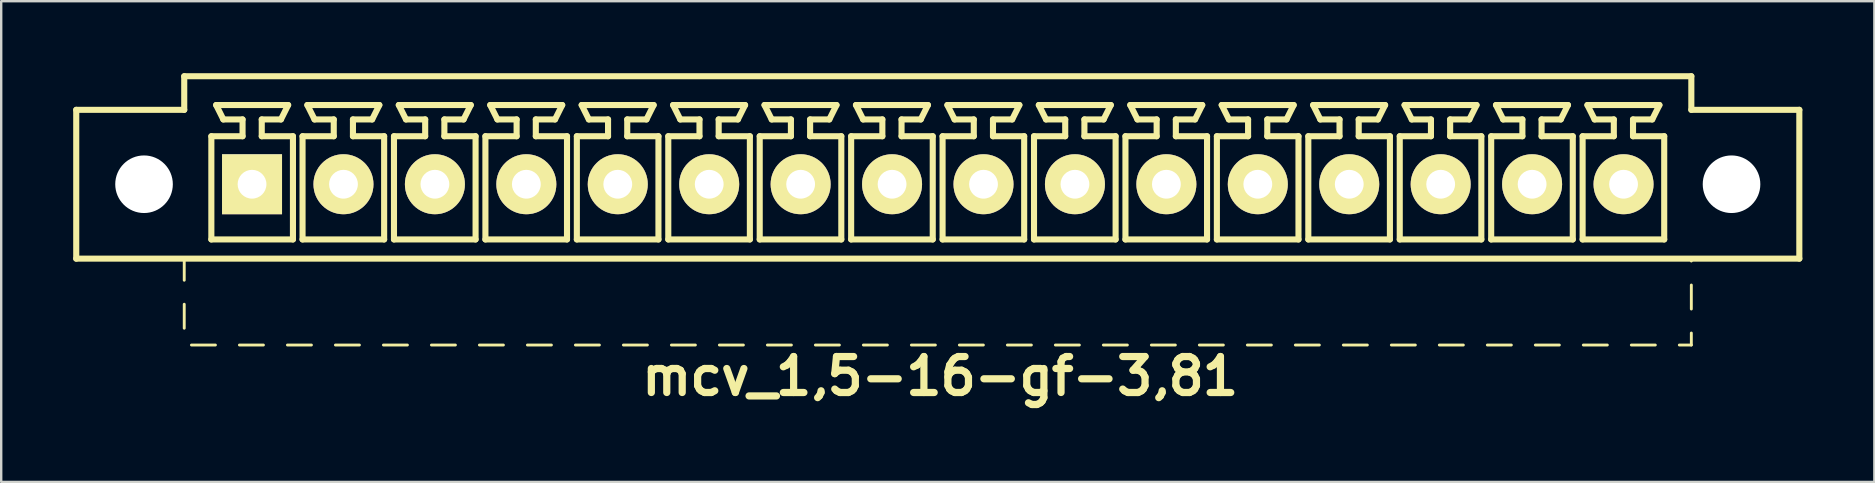
<source format=kicad_pcb>
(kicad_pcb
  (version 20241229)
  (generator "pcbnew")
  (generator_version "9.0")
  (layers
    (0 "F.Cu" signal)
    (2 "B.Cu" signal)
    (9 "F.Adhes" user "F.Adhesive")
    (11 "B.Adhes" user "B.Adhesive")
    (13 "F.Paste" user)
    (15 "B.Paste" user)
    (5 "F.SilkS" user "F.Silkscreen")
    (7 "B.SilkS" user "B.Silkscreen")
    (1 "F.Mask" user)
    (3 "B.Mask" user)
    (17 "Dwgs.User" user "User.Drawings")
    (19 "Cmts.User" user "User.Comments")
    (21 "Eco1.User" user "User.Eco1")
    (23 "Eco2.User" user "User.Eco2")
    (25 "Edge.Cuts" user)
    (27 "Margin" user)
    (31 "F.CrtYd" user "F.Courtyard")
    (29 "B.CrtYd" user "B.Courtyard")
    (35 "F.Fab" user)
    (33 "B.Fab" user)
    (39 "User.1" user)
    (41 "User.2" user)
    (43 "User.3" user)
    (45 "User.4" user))
  (footprint "mcv_1,5-16-gf-3,81"
    (layer "F.Cu")
    (at 36.027 4.627)
    (property "Reference" "mcv_1,5-16-gf-3,81" (at 0.1 8 0) (layer "F.SilkS") (effects (font (size 1.5 1.5) (thickness 0.3))))
    (attr through_hole)
    (fp_line (start -35.9 3.1) (end -35.9 -3.1) (stroke (width 0.254) (type solid)) (layer "F.SilkS"))
    (fp_line (start -35.9 3.1) (end 35.9 3.1) (stroke (width 0.254) (type solid)) (layer "F.SilkS"))
    (fp_line (start -31.4 -4.5) (end -31.4 -3.1) (stroke (width 0.254) (type solid)) (layer "F.SilkS"))
    (fp_line (start -31.4 -4.5) (end 31.4 -4.5) (stroke (width 0.254) (type solid)) (layer "F.SilkS"))
    (fp_line (start -31.4 -3.1) (end -35.9 -3.1) (stroke (width 0.254) (type solid)) (layer "F.SilkS"))
    (fp_line (start -31.4 3.1) (end -31.4 4) (stroke (width 0.12) (type solid)) (layer "F.SilkS"))
    (fp_line (start -31.4 5) (end -31.4 6) (stroke (width 0.12) (type solid)) (layer "F.SilkS"))
    (fp_line (start -31.1 6.7) (end -30.1 6.7) (stroke (width 0.12) (type solid)) (layer "F.SilkS"))
    (fp_line (start -30.27 -2) (end -28.97 -2) (stroke (width 0.254) (type solid)) (layer "F.SilkS"))
    (fp_line (start -30.27 2.3) (end -30.27 -2) (stroke (width 0.254) (type solid)) (layer "F.SilkS"))
    (fp_line (start -30.07 -3.3) (end -27.07 -3.3) (stroke (width 0.254) (type solid)) (layer "F.SilkS"))
    (fp_line (start -29.77 -2.7) (end -30.07 -3.3) (stroke (width 0.254) (type solid)) (layer "F.SilkS"))
    (fp_line (start -29.1 6.7) (end -28.1 6.7) (stroke (width 0.12) (type solid)) (layer "F.SilkS"))
    (fp_line (start -28.97 -2.7) (end -29.77 -2.7) (stroke (width 0.254) (type solid)) (layer "F.SilkS"))
    (fp_line (start -28.97 -2) (end -28.97 -2.7) (stroke (width 0.254) (type solid)) (layer "F.SilkS"))
    (fp_line (start -28.17 -2.7) (end -28.17 -2) (stroke (width 0.254) (type solid)) (layer "F.SilkS"))
    (fp_line (start -28.17 -2) (end -26.87 -2) (stroke (width 0.254) (type solid)) (layer "F.SilkS"))
    (fp_line (start -27.37 -2.7) (end -28.17 -2.7) (stroke (width 0.254) (type solid)) (layer "F.SilkS"))
    (fp_line (start -27.37 -2.7) (end -27.07 -3.3) (stroke (width 0.254) (type solid)) (layer "F.SilkS"))
    (fp_line (start -27.1 6.7) (end -26.1 6.7) (stroke (width 0.12) (type solid)) (layer "F.SilkS"))
    (fp_line (start -26.87 -2) (end -26.87 2.3) (stroke (width 0.254) (type solid)) (layer "F.SilkS"))
    (fp_line (start -26.87 2.3) (end -30.27 2.3) (stroke (width 0.254) (type solid)) (layer "F.SilkS"))
    (fp_line (start -26.47 -2) (end -25.17 -2) (stroke (width 0.254) (type solid)) (layer "F.SilkS"))
    (fp_line (start -26.47 2.3) (end -26.47 -2) (stroke (width 0.254) (type solid)) (layer "F.SilkS"))
    (fp_line (start -26.27 -3.3) (end -23.27 -3.3) (stroke (width 0.254) (type solid)) (layer "F.SilkS"))
    (fp_line (start -25.97 -2.7) (end -26.27 -3.3) (stroke (width 0.254) (type solid)) (layer "F.SilkS"))
    (fp_line (start -25.17 -2.7) (end -25.97 -2.7) (stroke (width 0.254) (type solid)) (layer "F.SilkS"))
    (fp_line (start -25.17 -2) (end -25.17 -2.7) (stroke (width 0.254) (type solid)) (layer "F.SilkS"))
    (fp_line (start -25.1 6.7) (end -24.1 6.7) (stroke (width 0.12) (type solid)) (layer "F.SilkS"))
    (fp_line (start -24.37 -2.7) (end -24.37 -2) (stroke (width 0.254) (type solid)) (layer "F.SilkS"))
    (fp_line (start -24.37 -2) (end -23.07 -2) (stroke (width 0.254) (type solid)) (layer "F.SilkS"))
    (fp_line (start -23.57 -2.7) (end -24.37 -2.7) (stroke (width 0.254) (type solid)) (layer "F.SilkS"))
    (fp_line (start -23.57 -2.7) (end -23.27 -3.3) (stroke (width 0.254) (type solid)) (layer "F.SilkS"))
    (fp_line (start -23.1 6.7) (end -22.1 6.7) (stroke (width 0.12) (type solid)) (layer "F.SilkS"))
    (fp_line (start -23.07 -2) (end -23.07 2.3) (stroke (width 0.254) (type solid)) (layer "F.SilkS"))
    (fp_line (start -23.07 2.3) (end -26.47 2.3) (stroke (width 0.254) (type solid)) (layer "F.SilkS"))
    (fp_line (start -22.66 -2) (end -21.36 -2) (stroke (width 0.254) (type solid)) (layer "F.SilkS"))
    (fp_line (start -22.66 2.3) (end -22.66 -2) (stroke (width 0.254) (type solid)) (layer "F.SilkS"))
    (fp_line (start -22.46 -3.3) (end -19.46 -3.3) (stroke (width 0.254) (type solid)) (layer "F.SilkS"))
    (fp_line (start -22.16 -2.7) (end -22.46 -3.3) (stroke (width 0.254) (type solid)) (layer "F.SilkS"))
    (fp_line (start -21.36 -2.7) (end -22.16 -2.7) (stroke (width 0.254) (type solid)) (layer "F.SilkS"))
    (fp_line (start -21.36 -2) (end -21.36 -2.7) (stroke (width 0.254) (type solid)) (layer "F.SilkS"))
    (fp_line (start -21.1 6.7) (end -20.1 6.7) (stroke (width 0.12) (type solid)) (layer "F.SilkS"))
    (fp_line (start -20.56 -2.7) (end -20.56 -2) (stroke (width 0.254) (type solid)) (layer "F.SilkS"))
    (fp_line (start -20.56 -2) (end -19.26 -2) (stroke (width 0.254) (type solid)) (layer "F.SilkS"))
    (fp_line (start -19.76 -2.7) (end -20.56 -2.7) (stroke (width 0.254) (type solid)) (layer "F.SilkS"))
    (fp_line (start -19.76 -2.7) (end -19.46 -3.3) (stroke (width 0.254) (type solid)) (layer "F.SilkS"))
    (fp_line (start -19.26 -2) (end -19.26 2.3) (stroke (width 0.254) (type solid)) (layer "F.SilkS"))
    (fp_line (start -19.26 2.3) (end -22.66 2.3) (stroke (width 0.254) (type solid)) (layer "F.SilkS"))
    (fp_line (start -19.1 6.7) (end -18.1 6.7) (stroke (width 0.12) (type solid)) (layer "F.SilkS"))
    (fp_line (start -18.85 -2) (end -17.55 -2) (stroke (width 0.254) (type solid)) (layer "F.SilkS"))
    (fp_line (start -18.85 2.3) (end -18.85 -2) (stroke (width 0.254) (type solid)) (layer "F.SilkS"))
    (fp_line (start -18.65 -3.3) (end -15.65 -3.3) (stroke (width 0.254) (type solid)) (layer "F.SilkS"))
    (fp_line (start -18.35 -2.7) (end -18.65 -3.3) (stroke (width 0.254) (type solid)) (layer "F.SilkS"))
    (fp_line (start -17.55 -2.7) (end -18.35 -2.7) (stroke (width 0.254) (type solid)) (layer "F.SilkS"))
    (fp_line (start -17.55 -2) (end -17.55 -2.7) (stroke (width 0.254) (type solid)) (layer "F.SilkS"))
    (fp_line (start -17.1 6.7) (end -16.1 6.7) (stroke (width 0.12) (type solid)) (layer "F.SilkS"))
    (fp_line (start -16.75 -2.7) (end -16.75 -2) (stroke (width 0.254) (type solid)) (layer "F.SilkS"))
    (fp_line (start -16.75 -2) (end -15.45 -2) (stroke (width 0.254) (type solid)) (layer "F.SilkS"))
    (fp_line (start -15.95 -2.7) (end -16.75 -2.7) (stroke (width 0.254) (type solid)) (layer "F.SilkS"))
    (fp_line (start -15.95 -2.7) (end -15.65 -3.3) (stroke (width 0.254) (type solid)) (layer "F.SilkS"))
    (fp_line (start -15.45 -2) (end -15.45 2.3) (stroke (width 0.254) (type solid)) (layer "F.SilkS"))
    (fp_line (start -15.45 2.3) (end -18.85 2.3) (stroke (width 0.254) (type solid)) (layer "F.SilkS"))
    (fp_line (start -15.1 6.7) (end -14.1 6.7) (stroke (width 0.12) (type solid)) (layer "F.SilkS"))
    (fp_line (start -15.04 -2) (end -13.74 -2) (stroke (width 0.254) (type solid)) (layer "F.SilkS"))
    (fp_line (start -15.04 2.3) (end -15.04 -2) (stroke (width 0.254) (type solid)) (layer "F.SilkS"))
    (fp_line (start -14.84 -3.3) (end -11.84 -3.3) (stroke (width 0.254) (type solid)) (layer "F.SilkS"))
    (fp_line (start -14.54 -2.7) (end -14.84 -3.3) (stroke (width 0.254) (type solid)) (layer "F.SilkS"))
    (fp_line (start -13.74 -2.7) (end -14.54 -2.7) (stroke (width 0.254) (type solid)) (layer "F.SilkS"))
    (fp_line (start -13.74 -2) (end -13.74 -2.7) (stroke (width 0.254) (type solid)) (layer "F.SilkS"))
    (fp_line (start -13.1 6.7) (end -12.1 6.7) (stroke (width 0.12) (type solid)) (layer "F.SilkS"))
    (fp_line (start -12.94 -2.7) (end -12.94 -2) (stroke (width 0.254) (type solid)) (layer "F.SilkS"))
    (fp_line (start -12.94 -2) (end -11.64 -2) (stroke (width 0.254) (type solid)) (layer "F.SilkS"))
    (fp_line (start -12.14 -2.7) (end -12.94 -2.7) (stroke (width 0.254) (type solid)) (layer "F.SilkS"))
    (fp_line (start -12.14 -2.7) (end -11.84 -3.3) (stroke (width 0.254) (type solid)) (layer "F.SilkS"))
    (fp_line (start -11.64 -2) (end -11.64 2.3) (stroke (width 0.254) (type solid)) (layer "F.SilkS"))
    (fp_line (start -11.64 2.3) (end -15.04 2.3) (stroke (width 0.254) (type solid)) (layer "F.SilkS"))
    (fp_line (start -11.23 -2) (end -9.93 -2) (stroke (width 0.254) (type solid)) (layer "F.SilkS"))
    (fp_line (start -11.23 2.3) (end -11.23 -2) (stroke (width 0.254) (type solid)) (layer "F.SilkS"))
    (fp_line (start -11.1 6.7) (end -10.1 6.7) (stroke (width 0.12) (type solid)) (layer "F.SilkS"))
    (fp_line (start -11.03 -3.3) (end -8.03 -3.3) (stroke (width 0.254) (type solid)) (layer "F.SilkS"))
    (fp_line (start -10.73 -2.7) (end -11.03 -3.3) (stroke (width 0.254) (type solid)) (layer "F.SilkS"))
    (fp_line (start -9.93 -2.7) (end -10.73 -2.7) (stroke (width 0.254) (type solid)) (layer "F.SilkS"))
    (fp_line (start -9.93 -2) (end -9.93 -2.7) (stroke (width 0.254) (type solid)) (layer "F.SilkS"))
    (fp_line (start -9.13 -2.7) (end -9.13 -2) (stroke (width 0.254) (type solid)) (layer "F.SilkS"))
    (fp_line (start -9.13 -2) (end -7.83 -2) (stroke (width 0.254) (type solid)) (layer "F.SilkS"))
    (fp_line (start -9.1 6.7) (end -8.1 6.7) (stroke (width 0.12) (type solid)) (layer "F.SilkS"))
    (fp_line (start -8.33 -2.7) (end -9.13 -2.7) (stroke (width 0.254) (type solid)) (layer "F.SilkS"))
    (fp_line (start -8.33 -2.7) (end -8.03 -3.3) (stroke (width 0.254) (type solid)) (layer "F.SilkS"))
    (fp_line (start -7.83 -2) (end -7.83 2.3) (stroke (width 0.254) (type solid)) (layer "F.SilkS"))
    (fp_line (start -7.83 2.3) (end -11.23 2.3) (stroke (width 0.254) (type solid)) (layer "F.SilkS"))
    (fp_line (start -7.42 -2) (end -6.12 -2) (stroke (width 0.254) (type solid)) (layer "F.SilkS"))
    (fp_line (start -7.42 2.3) (end -7.42 -2) (stroke (width 0.254) (type solid)) (layer "F.SilkS"))
    (fp_line (start -7.22 -3.3) (end -4.22 -3.3) (stroke (width 0.254) (type solid)) (layer "F.SilkS"))
    (fp_line (start -7.1 6.7) (end -6.1 6.7) (stroke (width 0.12) (type solid)) (layer "F.SilkS"))
    (fp_line (start -6.92 -2.7) (end -7.22 -3.3) (stroke (width 0.254) (type solid)) (layer "F.SilkS"))
    (fp_line (start -6.12 -2.7) (end -6.92 -2.7) (stroke (width 0.254) (type solid)) (layer "F.SilkS"))
    (fp_line (start -6.12 -2) (end -6.12 -2.7) (stroke (width 0.254) (type solid)) (layer "F.SilkS"))
    (fp_line (start -5.32 -2.7) (end -5.32 -2) (stroke (width 0.254) (type solid)) (layer "F.SilkS"))
    (fp_line (start -5.32 -2) (end -4.02 -2) (stroke (width 0.254) (type solid)) (layer "F.SilkS"))
    (fp_line (start -5.1 6.7) (end -4.1 6.7) (stroke (width 0.12) (type solid)) (layer "F.SilkS"))
    (fp_line (start -4.52 -2.7) (end -5.32 -2.7) (stroke (width 0.254) (type solid)) (layer "F.SilkS"))
    (fp_line (start -4.52 -2.7) (end -4.22 -3.3) (stroke (width 0.254) (type solid)) (layer "F.SilkS"))
    (fp_line (start -4.02 -2) (end -4.02 2.3) (stroke (width 0.254) (type solid)) (layer "F.SilkS"))
    (fp_line (start -4.02 2.3) (end -7.42 2.3) (stroke (width 0.254) (type solid)) (layer "F.SilkS"))
    (fp_line (start -3.61 -2) (end -2.31 -2) (stroke (width 0.254) (type solid)) (layer "F.SilkS"))
    (fp_line (start -3.61 2.3) (end -3.61 -2) (stroke (width 0.254) (type solid)) (layer "F.SilkS"))
    (fp_line (start -3.41 -3.3) (end -0.41 -3.3) (stroke (width 0.254) (type solid)) (layer "F.SilkS"))
    (fp_line (start -3.11 -2.7) (end -3.41 -3.3) (stroke (width 0.254) (type solid)) (layer "F.SilkS"))
    (fp_line (start -3.1 6.7) (end -2.1 6.7) (stroke (width 0.12) (type solid)) (layer "F.SilkS"))
    (fp_line (start -2.31 -2.7) (end -3.11 -2.7) (stroke (width 0.254) (type solid)) (layer "F.SilkS"))
    (fp_line (start -2.31 -2) (end -2.31 -2.7) (stroke (width 0.254) (type solid)) (layer "F.SilkS"))
    (fp_line (start -1.51 -2.7) (end -1.51 -2) (stroke (width 0.254) (type solid)) (layer "F.SilkS"))
    (fp_line (start -1.51 -2) (end -0.21 -2) (stroke (width 0.254) (type solid)) (layer "F.SilkS"))
    (fp_line (start -1.1 6.7) (end -0.1 6.7) (stroke (width 0.12) (type solid)) (layer "F.SilkS"))
    (fp_line (start -0.71 -2.7) (end -1.51 -2.7) (stroke (width 0.254) (type solid)) (layer "F.SilkS"))
    (fp_line (start -0.71 -2.7) (end -0.41 -3.3) (stroke (width 0.254) (type solid)) (layer "F.SilkS"))
    (fp_line (start -0.21 -2) (end -0.21 2.3) (stroke (width 0.254) (type solid)) (layer "F.SilkS"))
    (fp_line (start -0.21 2.3) (end -3.61 2.3) (stroke (width 0.254) (type solid)) (layer "F.SilkS"))
    (fp_line (start 0.2 -2) (end 1.5 -2) (stroke (width 0.254) (type solid)) (layer "F.SilkS"))
    (fp_line (start 0.2 2.3) (end 0.2 -2) (stroke (width 0.254) (type solid)) (layer "F.SilkS"))
    (fp_line (start 0.4 -3.3) (end 3.4 -3.3) (stroke (width 0.254) (type solid)) (layer "F.SilkS"))
    (fp_line (start 0.7 -2.7) (end 0.4 -3.3) (stroke (width 0.254) (type solid)) (layer "F.SilkS"))
    (fp_line (start 0.9 6.7) (end 1.9 6.7) (stroke (width 0.12) (type solid)) (layer "F.SilkS"))
    (fp_line (start 1.5 -2.7) (end 0.7 -2.7) (stroke (width 0.254) (type solid)) (layer "F.SilkS"))
    (fp_line (start 1.5 -2) (end 1.5 -2.7) (stroke (width 0.254) (type solid)) (layer "F.SilkS"))
    (fp_line (start 2.3 -2.7) (end 2.3 -2) (stroke (width 0.254) (type solid)) (layer "F.SilkS"))
    (fp_line (start 2.3 -2) (end 3.6 -2) (stroke (width 0.254) (type solid)) (layer "F.SilkS"))
    (fp_line (start 2.9 6.7) (end 3.9 6.7) (stroke (width 0.12) (type solid)) (layer "F.SilkS"))
    (fp_line (start 3.1 -2.7) (end 2.3 -2.7) (stroke (width 0.254) (type solid)) (layer "F.SilkS"))
    (fp_line (start 3.1 -2.7) (end 3.4 -3.3) (stroke (width 0.254) (type solid)) (layer "F.SilkS"))
    (fp_line (start 3.6 -2) (end 3.6 2.3) (stroke (width 0.254) (type solid)) (layer "F.SilkS"))
    (fp_line (start 3.6 2.3) (end 0.2 2.3) (stroke (width 0.254) (type solid)) (layer "F.SilkS"))
    (fp_line (start 4.01 -2) (end 5.31 -2) (stroke (width 0.254) (type solid)) (layer "F.SilkS"))
    (fp_line (start 4.01 2.3) (end 4.01 -2) (stroke (width 0.254) (type solid)) (layer "F.SilkS"))
    (fp_line (start 4.21 -3.3) (end 7.21 -3.3) (stroke (width 0.254) (type solid)) (layer "F.SilkS"))
    (fp_line (start 4.51 -2.7) (end 4.21 -3.3) (stroke (width 0.254) (type solid)) (layer "F.SilkS"))
    (fp_line (start 4.9 6.7) (end 5.9 6.7) (stroke (width 0.12) (type solid)) (layer "F.SilkS"))
    (fp_line (start 5.31 -2.7) (end 4.51 -2.7) (stroke (width 0.254) (type solid)) (layer "F.SilkS"))
    (fp_line (start 5.31 -2) (end 5.31 -2.7) (stroke (width 0.254) (type solid)) (layer "F.SilkS"))
    (fp_line (start 6.11 -2.7) (end 6.11 -2) (stroke (width 0.254) (type solid)) (layer "F.SilkS"))
    (fp_line (start 6.11 -2) (end 7.41 -2) (stroke (width 0.254) (type solid)) (layer "F.SilkS"))
    (fp_line (start 6.9 6.7) (end 7.9 6.7) (stroke (width 0.12) (type solid)) (layer "F.SilkS"))
    (fp_line (start 6.91 -2.7) (end 6.11 -2.7) (stroke (width 0.254) (type solid)) (layer "F.SilkS"))
    (fp_line (start 6.91 -2.7) (end 7.21 -3.3) (stroke (width 0.254) (type solid)) (layer "F.SilkS"))
    (fp_line (start 7.41 -2) (end 7.41 2.3) (stroke (width 0.254) (type solid)) (layer "F.SilkS"))
    (fp_line (start 7.41 2.3) (end 4.01 2.3) (stroke (width 0.254) (type solid)) (layer "F.SilkS"))
    (fp_line (start 7.82 -2) (end 9.12 -2) (stroke (width 0.254) (type solid)) (layer "F.SilkS"))
    (fp_line (start 7.82 2.3) (end 7.82 -2) (stroke (width 0.254) (type solid)) (layer "F.SilkS"))
    (fp_line (start 8.02 -3.3) (end 11.02 -3.3) (stroke (width 0.254) (type solid)) (layer "F.SilkS"))
    (fp_line (start 8.32 -2.7) (end 8.02 -3.3) (stroke (width 0.254) (type solid)) (layer "F.SilkS"))
    (fp_line (start 8.9 6.7) (end 9.9 6.7) (stroke (width 0.12) (type solid)) (layer "F.SilkS"))
    (fp_line (start 9.12 -2.7) (end 8.32 -2.7) (stroke (width 0.254) (type solid)) (layer "F.SilkS"))
    (fp_line (start 9.12 -2) (end 9.12 -2.7) (stroke (width 0.254) (type solid)) (layer "F.SilkS"))
    (fp_line (start 9.92 -2.7) (end 9.92 -2) (stroke (width 0.254) (type solid)) (layer "F.SilkS"))
    (fp_line (start 9.92 -2) (end 11.22 -2) (stroke (width 0.254) (type solid)) (layer "F.SilkS"))
    (fp_line (start 10.72 -2.7) (end 9.92 -2.7) (stroke (width 0.254) (type solid)) (layer "F.SilkS"))
    (fp_line (start 10.72 -2.7) (end 11.02 -3.3) (stroke (width 0.254) (type solid)) (layer "F.SilkS"))
    (fp_line (start 10.9 6.7) (end 11.9 6.7) (stroke (width 0.12) (type solid)) (layer "F.SilkS"))
    (fp_line (start 11.22 -2) (end 11.22 2.3) (stroke (width 0.254) (type solid)) (layer "F.SilkS"))
    (fp_line (start 11.22 2.3) (end 7.82 2.3) (stroke (width 0.254) (type solid)) (layer "F.SilkS"))
    (fp_line (start 11.63 -2) (end 12.93 -2) (stroke (width 0.254) (type solid)) (layer "F.SilkS"))
    (fp_line (start 11.63 2.3) (end 11.63 -2) (stroke (width 0.254) (type solid)) (layer "F.SilkS"))
    (fp_line (start 11.83 -3.3) (end 14.83 -3.3) (stroke (width 0.254) (type solid)) (layer "F.SilkS"))
    (fp_line (start 12.13 -2.7) (end 11.83 -3.3) (stroke (width 0.254) (type solid)) (layer "F.SilkS"))
    (fp_line (start 12.9 6.7) (end 13.9 6.7) (stroke (width 0.12) (type solid)) (layer "F.SilkS"))
    (fp_line (start 12.93 -2.7) (end 12.13 -2.7) (stroke (width 0.254) (type solid)) (layer "F.SilkS"))
    (fp_line (start 12.93 -2) (end 12.93 -2.7) (stroke (width 0.254) (type solid)) (layer "F.SilkS"))
    (fp_line (start 13.73 -2.7) (end 13.73 -2) (stroke (width 0.254) (type solid)) (layer "F.SilkS"))
    (fp_line (start 13.73 -2) (end 15.03 -2) (stroke (width 0.254) (type solid)) (layer "F.SilkS"))
    (fp_line (start 14.53 -2.7) (end 13.73 -2.7) (stroke (width 0.254) (type solid)) (layer "F.SilkS"))
    (fp_line (start 14.53 -2.7) (end 14.83 -3.3) (stroke (width 0.254) (type solid)) (layer "F.SilkS"))
    (fp_line (start 14.9 6.7) (end 15.9 6.7) (stroke (width 0.12) (type solid)) (layer "F.SilkS"))
    (fp_line (start 15.03 -2) (end 15.03 2.3) (stroke (width 0.254) (type solid)) (layer "F.SilkS"))
    (fp_line (start 15.03 2.3) (end 11.63 2.3) (stroke (width 0.254) (type solid)) (layer "F.SilkS"))
    (fp_line (start 15.44 -2) (end 16.74 -2) (stroke (width 0.254) (type solid)) (layer "F.SilkS"))
    (fp_line (start 15.44 2.3) (end 15.44 -2) (stroke (width 0.254) (type solid)) (layer "F.SilkS"))
    (fp_line (start 15.64 -3.3) (end 18.64 -3.3) (stroke (width 0.254) (type solid)) (layer "F.SilkS"))
    (fp_line (start 15.94 -2.7) (end 15.64 -3.3) (stroke (width 0.254) (type solid)) (layer "F.SilkS"))
    (fp_line (start 16.74 -2.7) (end 15.94 -2.7) (stroke (width 0.254) (type solid)) (layer "F.SilkS"))
    (fp_line (start 16.74 -2) (end 16.74 -2.7) (stroke (width 0.254) (type solid)) (layer "F.SilkS"))
    (fp_line (start 16.9 6.7) (end 17.9 6.7) (stroke (width 0.12) (type solid)) (layer "F.SilkS"))
    (fp_line (start 17.54 -2.7) (end 17.54 -2) (stroke (width 0.254) (type solid)) (layer "F.SilkS"))
    (fp_line (start 17.54 -2) (end 18.84 -2) (stroke (width 0.254) (type solid)) (layer "F.SilkS"))
    (fp_line (start 18.34 -2.7) (end 17.54 -2.7) (stroke (width 0.254) (type solid)) (layer "F.SilkS"))
    (fp_line (start 18.34 -2.7) (end 18.64 -3.3) (stroke (width 0.254) (type solid)) (layer "F.SilkS"))
    (fp_line (start 18.84 -2) (end 18.84 2.3) (stroke (width 0.254) (type solid)) (layer "F.SilkS"))
    (fp_line (start 18.84 2.3) (end 15.44 2.3) (stroke (width 0.254) (type solid)) (layer "F.SilkS"))
    (fp_line (start 18.9 6.7) (end 19.9 6.7) (stroke (width 0.12) (type solid)) (layer "F.SilkS"))
    (fp_line (start 19.25 -2) (end 20.55 -2) (stroke (width 0.254) (type solid)) (layer "F.SilkS"))
    (fp_line (start 19.25 2.3) (end 19.25 -2) (stroke (width 0.254) (type solid)) (layer "F.SilkS"))
    (fp_line (start 19.45 -3.3) (end 22.45 -3.3) (stroke (width 0.254) (type solid)) (layer "F.SilkS"))
    (fp_line (start 19.75 -2.7) (end 19.45 -3.3) (stroke (width 0.254) (type solid)) (layer "F.SilkS"))
    (fp_line (start 20.55 -2.7) (end 19.75 -2.7) (stroke (width 0.254) (type solid)) (layer "F.SilkS"))
    (fp_line (start 20.55 -2) (end 20.55 -2.7) (stroke (width 0.254) (type solid)) (layer "F.SilkS"))
    (fp_line (start 20.9 6.7) (end 21.9 6.7) (stroke (width 0.12) (type solid)) (layer "F.SilkS"))
    (fp_line (start 21.35 -2.7) (end 21.35 -2) (stroke (width 0.254) (type solid)) (layer "F.SilkS"))
    (fp_line (start 21.35 -2) (end 22.65 -2) (stroke (width 0.254) (type solid)) (layer "F.SilkS"))
    (fp_line (start 22.15 -2.7) (end 21.35 -2.7) (stroke (width 0.254) (type solid)) (layer "F.SilkS"))
    (fp_line (start 22.15 -2.7) (end 22.45 -3.3) (stroke (width 0.254) (type solid)) (layer "F.SilkS"))
    (fp_line (start 22.65 -2) (end 22.65 2.3) (stroke (width 0.254) (type solid)) (layer "F.SilkS"))
    (fp_line (start 22.65 2.3) (end 19.25 2.3) (stroke (width 0.254) (type solid)) (layer "F.SilkS"))
    (fp_line (start 22.9 6.7) (end 23.9 6.7) (stroke (width 0.12) (type solid)) (layer "F.SilkS"))
    (fp_line (start 23.06 -2) (end 24.36 -2) (stroke (width 0.254) (type solid)) (layer "F.SilkS"))
    (fp_line (start 23.06 2.3) (end 23.06 -2) (stroke (width 0.254) (type solid)) (layer "F.SilkS"))
    (fp_line (start 23.26 -3.3) (end 26.26 -3.3) (stroke (width 0.254) (type solid)) (layer "F.SilkS"))
    (fp_line (start 23.56 -2.7) (end 23.26 -3.3) (stroke (width 0.254) (type solid)) (layer "F.SilkS"))
    (fp_line (start 24.36 -2.7) (end 23.56 -2.7) (stroke (width 0.254) (type solid)) (layer "F.SilkS"))
    (fp_line (start 24.36 -2) (end 24.36 -2.7) (stroke (width 0.254) (type solid)) (layer "F.SilkS"))
    (fp_line (start 24.9 6.7) (end 25.9 6.7) (stroke (width 0.12) (type solid)) (layer "F.SilkS"))
    (fp_line (start 25.16 -2.7) (end 25.16 -2) (stroke (width 0.254) (type solid)) (layer "F.SilkS"))
    (fp_line (start 25.16 -2) (end 26.46 -2) (stroke (width 0.254) (type solid)) (layer "F.SilkS"))
    (fp_line (start 25.96 -2.7) (end 25.16 -2.7) (stroke (width 0.254) (type solid)) (layer "F.SilkS"))
    (fp_line (start 25.96 -2.7) (end 26.26 -3.3) (stroke (width 0.254) (type solid)) (layer "F.SilkS"))
    (fp_line (start 26.46 -2) (end 26.46 2.3) (stroke (width 0.254) (type solid)) (layer "F.SilkS"))
    (fp_line (start 26.46 2.3) (end 23.06 2.3) (stroke (width 0.254) (type solid)) (layer "F.SilkS"))
    (fp_line (start 26.87 -2) (end 28.17 -2) (stroke (width 0.254) (type solid)) (layer "F.SilkS"))
    (fp_line (start 26.87 2.3) (end 26.87 -2) (stroke (width 0.254) (type solid)) (layer "F.SilkS"))
    (fp_line (start 26.9 6.7) (end 27.9 6.7) (stroke (width 0.12) (type solid)) (layer "F.SilkS"))
    (fp_line (start 27.07 -3.3) (end 30.07 -3.3) (stroke (width 0.254) (type solid)) (layer "F.SilkS"))
    (fp_line (start 27.37 -2.7) (end 27.07 -3.3) (stroke (width 0.254) (type solid)) (layer "F.SilkS"))
    (fp_line (start 28.17 -2.7) (end 27.37 -2.7) (stroke (width 0.254) (type solid)) (layer "F.SilkS"))
    (fp_line (start 28.17 -2) (end 28.17 -2.7) (stroke (width 0.254) (type solid)) (layer "F.SilkS"))
    (fp_line (start 28.9 6.7) (end 29.9 6.7) (stroke (width 0.12) (type solid)) (layer "F.SilkS"))
    (fp_line (start 28.97 -2.7) (end 28.97 -2) (stroke (width 0.254) (type solid)) (layer "F.SilkS"))
    (fp_line (start 28.97 -2) (end 30.27 -2) (stroke (width 0.254) (type solid)) (layer "F.SilkS"))
    (fp_line (start 29.77 -2.7) (end 28.97 -2.7) (stroke (width 0.254) (type solid)) (layer "F.SilkS"))
    (fp_line (start 29.77 -2.7) (end 30.07 -3.3) (stroke (width 0.254) (type solid)) (layer "F.SilkS"))
    (fp_line (start 30.27 -2) (end 30.27 2.3) (stroke (width 0.254) (type solid)) (layer "F.SilkS"))
    (fp_line (start 30.27 2.3) (end 26.87 2.3) (stroke (width 0.254) (type solid)) (layer "F.SilkS"))
    (fp_line (start 30.9 6.7) (end 31.4 6.7) (stroke (width 0.12) (type solid)) (layer "F.SilkS"))
    (fp_line (start 31.4 -4.5) (end 31.4 -3.1) (stroke (width 0.254) (type solid)) (layer "F.SilkS"))
    (fp_line (start 31.4 3.1) (end 31.4 3.2) (stroke (width 0.12) (type solid)) (layer "F.SilkS"))
    (fp_line (start 31.4 5.2) (end 31.4 4.2) (stroke (width 0.12) (type solid)) (layer "F.SilkS"))
    (fp_line (start 31.4 6.7) (end 31.4 6.2) (stroke (width 0.12) (type solid)) (layer "F.SilkS"))
    (fp_line (start 35.9 -3.1) (end 31.4 -3.1) (stroke (width 0.254) (type solid)) (layer "F.SilkS"))
    (fp_line (start 35.9 3.1) (end 35.9 -3.1) (stroke (width 0.254) (type solid)) (layer "F.SilkS"))
    (pad "" np_thru_hole circle (at -33.075 0) (size 2.4 2.4) (drill 2.4) (layers "*.Cu" "*.Mask"))
    (pad "" np_thru_hole circle (at 33.075 0) (size 2.4 2.4) (drill 2.4) (layers "*.Cu" "*.Mask"))
    (pad "1" thru_hole rect (at -28.575 0) (size 2.5 2.5) (drill 1.2) (layers "*.Cu" "*.Mask" "F.SilkS"))
    (pad "2" thru_hole circle (at -24.765 0) (size 2.5 2.5) (drill 1.2) (layers "*.Cu" "*.Mask" "F.SilkS"))
    (pad "3.1" thru_hole circle (at -20.955 0) (size 2.5 2.5) (drill 1.2) (layers "*.Cu" "*.Mask" "F.SilkS"))
    (pad "4" thru_hole circle (at -17.145 0) (size 2.5 2.5) (drill 1.2) (layers "*.Cu" "*.Mask" "F.SilkS"))
    (pad "5" thru_hole circle (at -13.335 0) (size 2.5 2.5) (drill 1.2) (layers "*.Cu" "*.Mask" "F.SilkS"))
    (pad "6" thru_hole circle (at -9.525 0) (size 2.5 2.5) (drill 1.2) (layers "*.Cu" "*.Mask" "F.SilkS"))
    (pad "7" thru_hole circle (at -5.715 0) (size 2.5 2.5) (drill 1.2) (layers "*.Cu" "*.Mask" "F.SilkS"))
    (pad "8" thru_hole circle (at -1.905 0) (size 2.5 2.5) (drill 1.2) (layers "*.Cu" "*.Mask" "F.SilkS"))
    (pad "9" thru_hole circle (at 1.905 0) (size 2.5 2.5) (drill 1.2) (layers "*.Cu" "*.Mask" "F.SilkS"))
    (pad "10" thru_hole circle (at 5.715 0) (size 2.5 2.5) (drill 1.2) (layers "*.Cu" "*.Mask" "F.SilkS"))
    (pad "11" thru_hole circle (at 9.525 0) (size 2.5 2.5) (drill 1.2) (layers "*.Cu" "*.Mask" "F.SilkS"))
    (pad "12" thru_hole circle (at 13.335 0) (size 2.5 2.5) (drill 1.2) (layers "*.Cu" "*.Mask" "F.SilkS"))
    (pad "13" thru_hole circle (at 17.145 0) (size 2.5 2.5) (drill 1.2) (layers "*.Cu" "*.Mask" "F.SilkS"))
    (pad "14" thru_hole circle (at 20.955 0) (size 2.5 2.5) (drill 1.2) (layers "*.Cu" "*.Mask" "F.SilkS"))
    (pad "15" thru_hole circle (at 24.765 0) (size 2.5 2.5) (drill 1.2) (layers "*.Cu" "*.Mask" "F.SilkS"))
    (pad "16" thru_hole circle (at 28.575 0) (size 2.5 2.5) (drill 1.2) (layers "*.Cu" "*.Mask" "F.SilkS")))
  (gr_rect
    (start -3 -3)
    (end 75.054 17.031)
    (stroke (width 0.1) (type default))
    (fill no)
    (layer "Edge.Cuts")))
</source>
